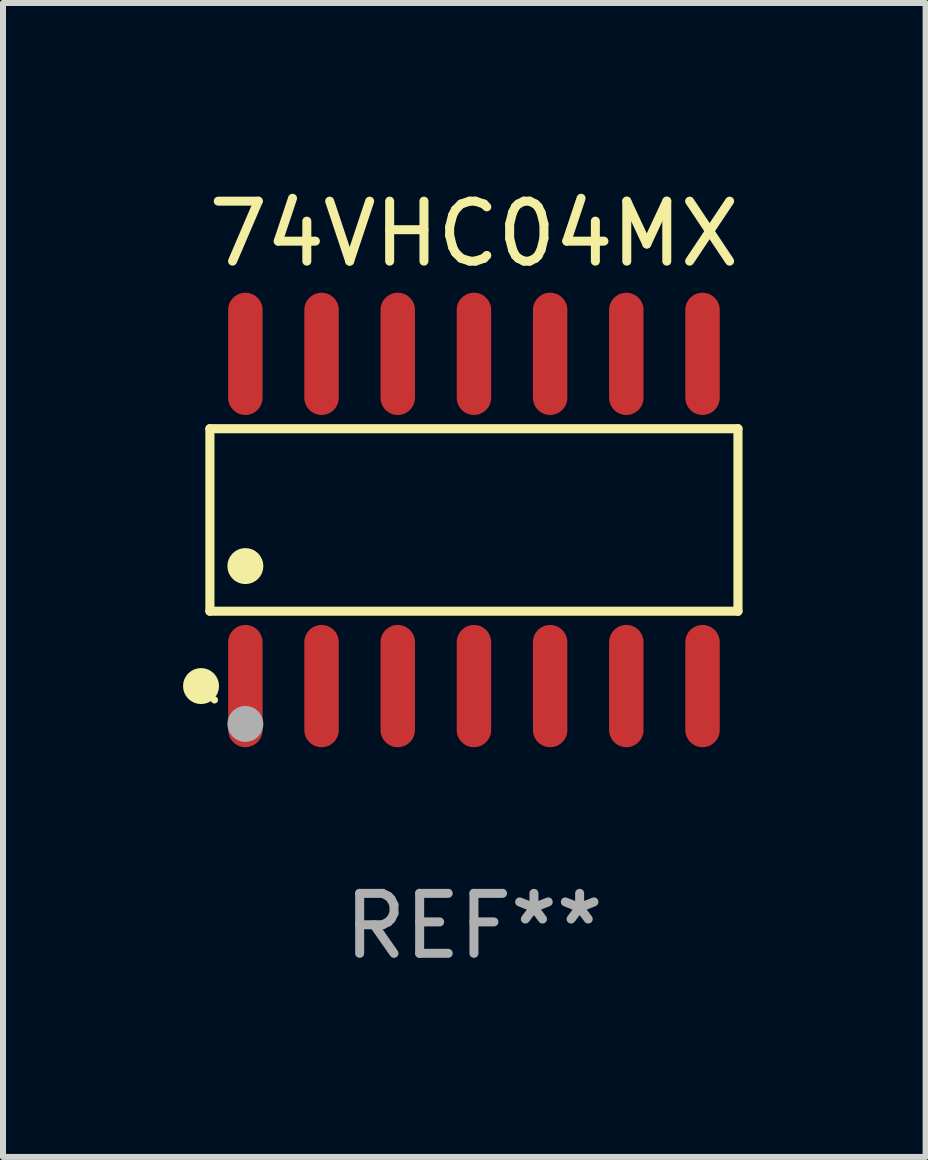
<source format=kicad_pcb>
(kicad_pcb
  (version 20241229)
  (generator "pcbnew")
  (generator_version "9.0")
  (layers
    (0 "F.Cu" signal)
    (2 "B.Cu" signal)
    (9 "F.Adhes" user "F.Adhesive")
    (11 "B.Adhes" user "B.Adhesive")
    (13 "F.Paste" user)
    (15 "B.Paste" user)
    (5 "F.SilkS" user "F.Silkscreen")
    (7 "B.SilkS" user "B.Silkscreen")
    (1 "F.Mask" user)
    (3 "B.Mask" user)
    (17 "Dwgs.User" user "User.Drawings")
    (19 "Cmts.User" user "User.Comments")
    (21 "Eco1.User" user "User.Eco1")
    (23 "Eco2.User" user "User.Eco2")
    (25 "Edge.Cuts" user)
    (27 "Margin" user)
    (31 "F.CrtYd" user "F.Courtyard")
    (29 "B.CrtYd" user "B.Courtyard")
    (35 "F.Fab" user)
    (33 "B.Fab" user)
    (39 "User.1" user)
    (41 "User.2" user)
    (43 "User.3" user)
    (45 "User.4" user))
  (footprint "74VHC04MX"
    (layer "F.Cu")
    (at 4.85 5.617)
    (property "Reference" "74VHC04MX" (at 0 -4.769 0) (layer "F.SilkS") (effects (font (size 1 1) (thickness 0.15))))
    (attr through_hole)
    (fp_line (start -4.401 -1.521) (end 4.401 -1.521) (stroke (width 0.152) (type solid)) (layer "F.SilkS"))
    (fp_line (start -4.401 1.521) (end -4.401 -1.521) (stroke (width 0.152) (type solid)) (layer "F.SilkS"))
    (fp_line (start 4.401 -1.521) (end 4.401 1.521) (stroke (width 0.152) (type solid)) (layer "F.SilkS"))
    (fp_line (start 4.401 1.521) (end -4.401 1.521) (stroke (width 0.152) (type solid)) (layer "F.SilkS"))
    (fp_circle (center -4.549 2.769) (end -4.399 2.769) (stroke (width 0.3) (type solid)) (fill no) (layer "F.SilkS"))
    (fp_circle (center -4.325 3) (end -4.295 3) (stroke (width 0.06) (type solid)) (fill no) (layer "F.SilkS"))
    (fp_circle (center -3.81 0.769) (end -3.66 0.769) (stroke (width 0.3) (type solid)) (fill no) (layer "F.SilkS"))
    (fp_circle (center -3.81 3.4) (end -3.66 3.4) (stroke (width 0.3) (type solid)) (fill no) (layer "F.Fab"))
    (fp_text user "REF**" (at 0 6.769 0) (layer "F.Fab") (effects (font (size 1 1) (thickness 0.15))))
    (pad "1" smd oval (at -3.81 2.769) (size 0.574 2.038) (layers "F.Cu" "F.Mask" "F.Paste"))
    (pad "2" smd oval (at -2.54 2.769) (size 0.574 2.038) (layers "F.Cu" "F.Mask" "F.Paste"))
    (pad "3" smd oval (at -1.27 2.769) (size 0.574 2.038) (layers "F.Cu" "F.Mask" "F.Paste"))
    (pad "4" smd oval (at 0 2.769) (size 0.574 2.038) (layers "F.Cu" "F.Mask" "F.Paste"))
    (pad "5" smd oval (at 1.27 2.769) (size 0.574 2.038) (layers "F.Cu" "F.Mask" "F.Paste"))
    (pad "6" smd oval (at 2.54 2.769) (size 0.574 2.038) (layers "F.Cu" "F.Mask" "F.Paste"))
    (pad "7" smd oval (at 3.81 2.769) (size 0.574 2.038) (layers "F.Cu" "F.Mask" "F.Paste"))
    (pad "8" smd oval (at 3.81 -2.769) (size 0.574 2.038) (layers "F.Cu" "F.Mask" "F.Paste"))
    (pad "9" smd oval (at 2.54 -2.769) (size 0.574 2.038) (layers "F.Cu" "F.Mask" "F.Paste"))
    (pad "10" smd oval (at 1.27 -2.769) (size 0.574 2.038) (layers "F.Cu" "F.Mask" "F.Paste"))
    (pad "11" smd oval (at 0 -2.769) (size 0.574 2.038) (layers "F.Cu" "F.Mask" "F.Paste"))
    (pad "12" smd oval (at -1.27 -2.769) (size 0.574 2.038) (layers "F.Cu" "F.Mask" "F.Paste"))
    (pad "13" smd oval (at -2.54 -2.769) (size 0.574 2.038) (layers "F.Cu" "F.Mask" "F.Paste"))
    (pad "14" smd oval (at -3.81 -2.769) (size 0.574 2.038) (layers "F.Cu" "F.Mask" "F.Paste")))
  (gr_rect
    (start -3 -3)
    (end 12.379 16.235)
    (stroke (width 0.1) (type default))
    (fill no)
    (layer "Edge.Cuts")))
</source>
